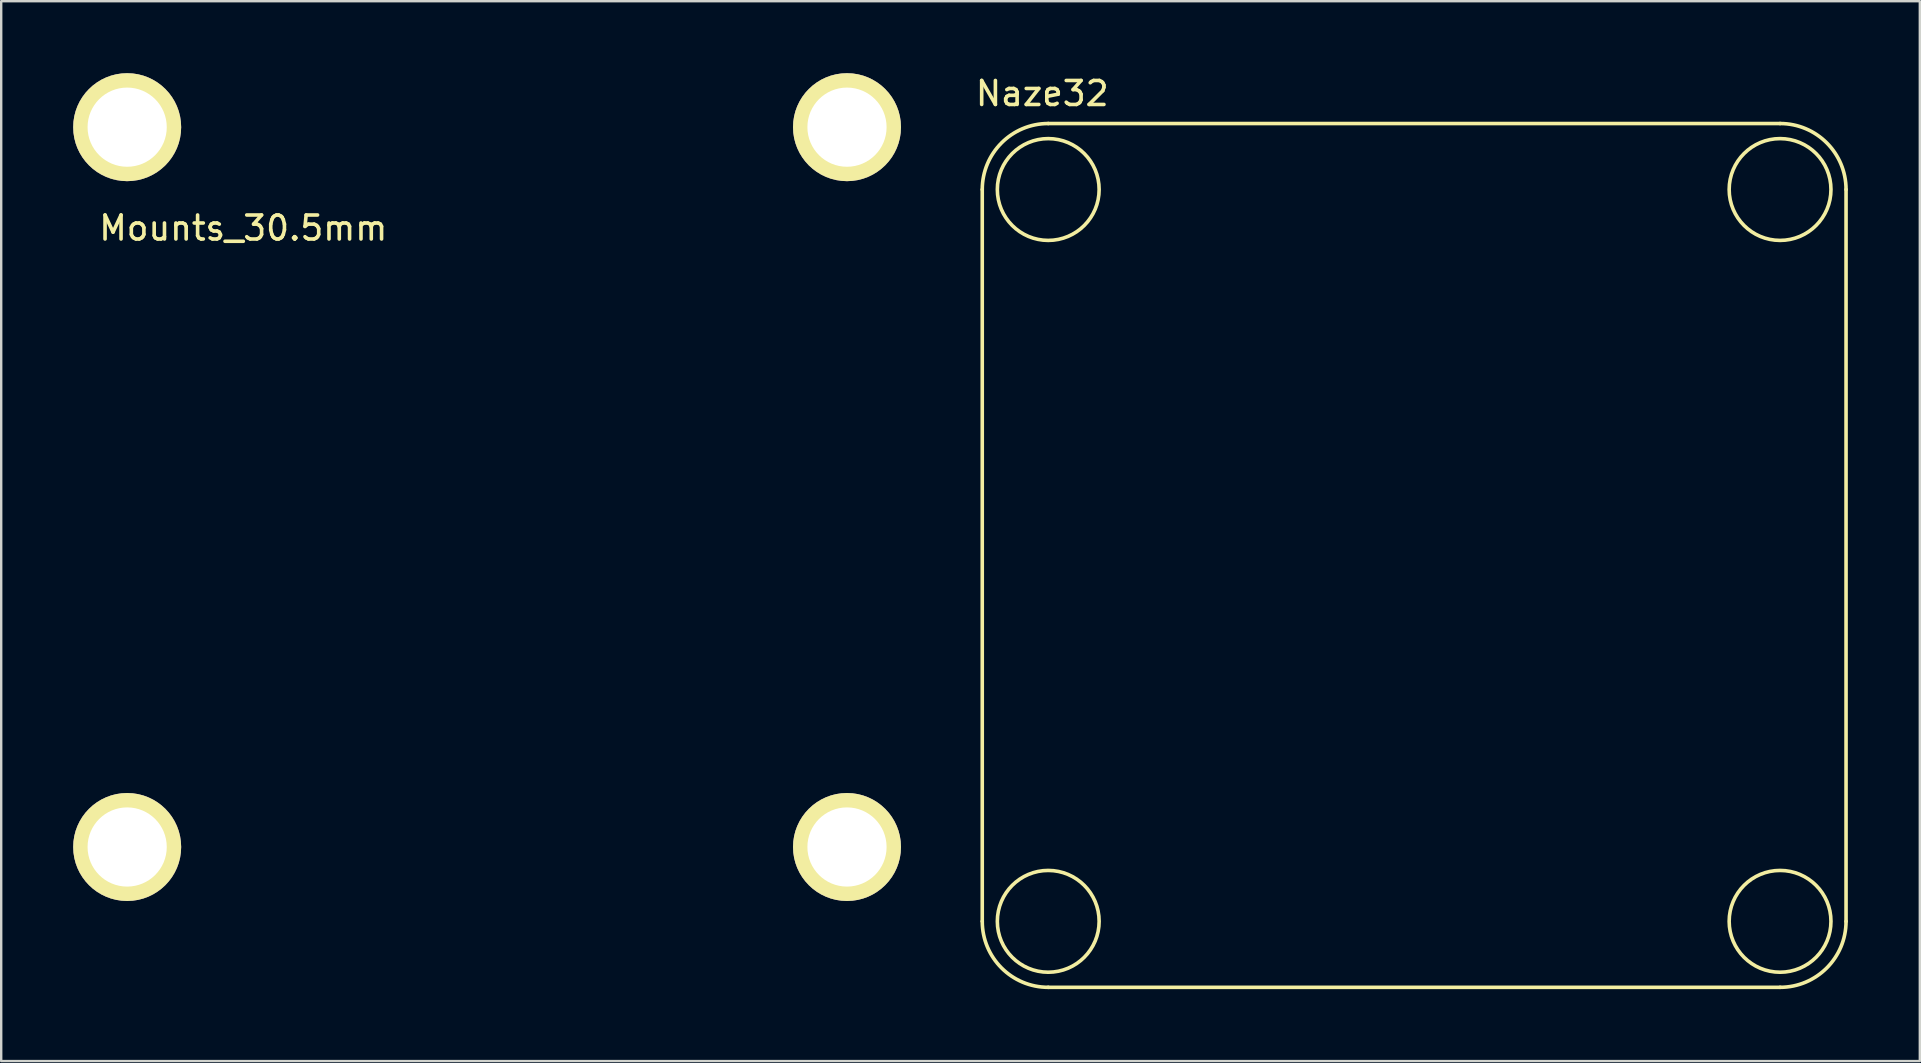
<source format=kicad_pcb>
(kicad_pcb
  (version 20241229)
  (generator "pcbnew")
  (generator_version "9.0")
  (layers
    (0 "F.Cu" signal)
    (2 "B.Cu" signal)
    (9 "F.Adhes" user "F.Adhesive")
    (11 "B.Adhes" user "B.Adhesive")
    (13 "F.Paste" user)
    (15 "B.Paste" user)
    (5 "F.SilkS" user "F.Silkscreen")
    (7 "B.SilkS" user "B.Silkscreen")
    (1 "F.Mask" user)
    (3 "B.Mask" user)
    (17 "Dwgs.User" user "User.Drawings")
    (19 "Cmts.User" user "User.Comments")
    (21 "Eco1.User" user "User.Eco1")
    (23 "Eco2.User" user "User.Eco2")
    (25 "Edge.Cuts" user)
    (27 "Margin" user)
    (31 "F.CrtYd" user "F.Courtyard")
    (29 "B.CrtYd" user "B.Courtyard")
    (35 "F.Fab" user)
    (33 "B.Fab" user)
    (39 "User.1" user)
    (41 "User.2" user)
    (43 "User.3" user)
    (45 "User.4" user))
  (footprint "Mounts_30.5mm"
    (layer "F.Cu")
    (at 17.25 17.25)
    (property "Reference" "Mounts_30.5mm" (at -10.16 -10.795 0) (layer "F.SilkS") (effects (font (size 1 1) (thickness 0.15))))
    (attr through_hole)
    (pad "" np_thru_hole circle (at -15 -15) (size 4.5 4.5) (drill 3.3) (layers "*.Cu" "*.Mask" "F.SilkS"))
    (pad "" np_thru_hole circle (at -15 15) (size 4.5 4.5) (drill 3.3) (layers "*.Cu" "*.Mask" "F.SilkS"))
    (pad "" np_thru_hole circle (at 15 -15) (size 4.5 4.5) (drill 3.3) (layers "*.Cu" "*.Mask" "F.SilkS"))
    (pad "" np_thru_hole circle (at 15 15) (size 4.5 4.5) (drill 3.3) (layers "*.Cu" "*.Mask" "F.SilkS")))
  (footprint "Naze32"
    (layer "F.Cu")
    (at 55.887 20.098)
    (property "Reference" "Naze32" (at -15.5 -19.25 0) (layer "F.SilkS") (effects (font (size 1 1) (thickness 0.15))))
    (attr through_hole)
    (fp_line (start -18 -15.25) (end -18 15.25) (stroke (width 0.15) (type solid)) (layer "F.SilkS"))
    (fp_line (start -15.25 18) (end 15.25 18) (stroke (width 0.15) (type solid)) (layer "F.SilkS"))
    (fp_line (start 15.25 -18) (end -15.25 -18) (stroke (width 0.15) (type solid)) (layer "F.SilkS"))
    (fp_line (start 18 15.25) (end 18 -15.25) (stroke (width 0.15) (type solid)) (layer "F.SilkS"))
    (fp_arc (start -18 -15.25) (mid -17.194544 -17.194544) (end -15.25 -18) (stroke (width 0.15) (type solid)) (layer "F.SilkS"))
    (fp_arc (start -15.25 18) (mid -17.194544 17.194544) (end -18 15.25) (stroke (width 0.15) (type solid)) (layer "F.SilkS"))
    (fp_arc (start 15.25 -18) (mid 17.194544 -17.194544) (end 18 -15.25) (stroke (width 0.15) (type solid)) (layer "F.SilkS"))
    (fp_arc (start 18 15.25) (mid 17.194544 17.194544) (end 15.25 18) (stroke (width 0.15) (type solid)) (layer "F.SilkS"))
    (fp_circle (center -15.25 -15.25) (end -16.75 -16.75) (stroke (width 0.15) (type solid)) (fill no) (layer "F.SilkS"))
    (fp_circle (center -15.25 15.25) (end -16.75 16.75) (stroke (width 0.15) (type solid)) (fill no) (layer "F.SilkS"))
    (fp_circle (center 15.25 -15.25) (end 16.75 -16.75) (stroke (width 0.15) (type solid)) (fill no) (layer "F.SilkS"))
    (fp_circle (center 15.25 15.25) (end 16.75 16.75) (stroke (width 0.15) (type solid)) (fill no) (layer "F.SilkS")))
  (gr_rect
    (start -3 -3)
    (end 76.962 41.173)
    (stroke (width 0.1) (type default))
    (fill no)
    (layer "Edge.Cuts")))
</source>
